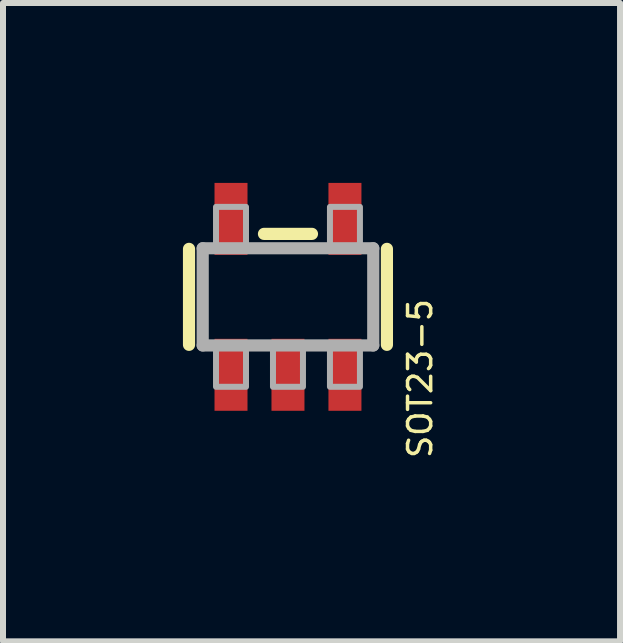
<source format=kicad_pcb>
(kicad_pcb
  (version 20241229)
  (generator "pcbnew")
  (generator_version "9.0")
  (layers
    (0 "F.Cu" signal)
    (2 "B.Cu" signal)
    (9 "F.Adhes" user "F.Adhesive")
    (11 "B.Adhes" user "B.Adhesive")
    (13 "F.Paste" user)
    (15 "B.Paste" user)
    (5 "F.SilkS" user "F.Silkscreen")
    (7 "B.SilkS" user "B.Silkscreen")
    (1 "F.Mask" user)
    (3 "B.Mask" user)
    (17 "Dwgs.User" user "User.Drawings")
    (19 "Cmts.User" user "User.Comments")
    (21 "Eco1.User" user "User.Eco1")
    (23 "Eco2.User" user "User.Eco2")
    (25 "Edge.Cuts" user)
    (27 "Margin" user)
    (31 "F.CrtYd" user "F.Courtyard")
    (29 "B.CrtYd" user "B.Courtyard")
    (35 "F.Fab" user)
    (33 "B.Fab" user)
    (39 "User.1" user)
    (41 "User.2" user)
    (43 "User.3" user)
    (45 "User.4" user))
  (footprint "SOT23-5"
    (layer "F.Cu")
    (at 1.752 1.9)
    (property "Reference" "SOT23-5" (at 1.978 0 90) (layer "F.SilkS") (effects (font (size 0.386 0.386) (thickness 0.058)) (justify right top)))
    (attr through_hole)
    (fp_line (start -1.65 -0.8) (end -1.65 0.8) (stroke (width 0.203) (type solid)) (layer "F.SilkS"))
    (fp_line (start -0.4 -1.05) (end 0.4 -1.05) (stroke (width 0.203) (type solid)) (layer "F.SilkS"))
    (fp_line (start 1.65 -0.8) (end 1.65 0.8) (stroke (width 0.203) (type solid)) (layer "F.SilkS"))
    (fp_line (start -1.422 -0.81) (end 1.422 -0.81) (stroke (width 0.203) (type solid)) (layer "F.Fab"))
    (fp_line (start -1.422 0.81) (end -1.422 -0.81) (stroke (width 0.203) (type solid)) (layer "F.Fab"))
    (fp_line (start 1.422 -0.81) (end 1.422 0.81) (stroke (width 0.203) (type solid)) (layer "F.Fab"))
    (fp_line (start 1.422 0.81) (end -1.422 0.81) (stroke (width 0.203) (type solid)) (layer "F.Fab"))
    (fp_poly (pts (xy -1.2 -0.85) (xy -0.7 -0.85) (xy -0.7 -1.5) (xy -1.2 -1.5)) (stroke (width 0.1) (type solid)) (fill no) (layer "F.Fab"))
    (fp_poly (pts (xy -1.2 1.5) (xy -0.7 1.5) (xy -0.7 0.85) (xy -1.2 0.85)) (stroke (width 0.1) (type solid)) (fill no) (layer "F.Fab"))
    (fp_poly (pts (xy -0.25 1.5) (xy 0.25 1.5) (xy 0.25 0.85) (xy -0.25 0.85)) (stroke (width 0.1) (type solid)) (fill no) (layer "F.Fab"))
    (fp_poly (pts (xy 0.7 -0.85) (xy 1.2 -0.85) (xy 1.2 -1.5) (xy 0.7 -1.5)) (stroke (width 0.1) (type solid)) (fill no) (layer "F.Fab"))
    (fp_poly (pts (xy 0.7 1.5) (xy 1.2 1.5) (xy 1.2 0.85) (xy 0.7 0.85)) (stroke (width 0.1) (type solid)) (fill no) (layer "F.Fab"))
    (pad "1" smd rect (at -0.95 1.3) (size 0.55 1.2) (layers "F.Cu" "F.Mask" "F.Paste"))
    (pad "2" smd rect (at 0 1.3) (size 0.55 1.2) (layers "F.Cu" "F.Mask" "F.Paste"))
    (pad "3" smd rect (at 0.95 1.3) (size 0.55 1.2) (layers "F.Cu" "F.Mask" "F.Paste"))
    (pad "4" smd rect (at 0.95 -1.3) (size 0.55 1.2) (layers "F.Cu" "F.Mask" "F.Paste"))
    (pad "5" smd rect (at -0.95 -1.3) (size 0.55 1.2) (layers "F.Cu" "F.Mask" "F.Paste")))
  (gr_rect
    (start -3 -3)
    (end 7.289 7.644)
    (stroke (width 0.1) (type default))
    (fill no)
    (layer "Edge.Cuts")))
</source>
